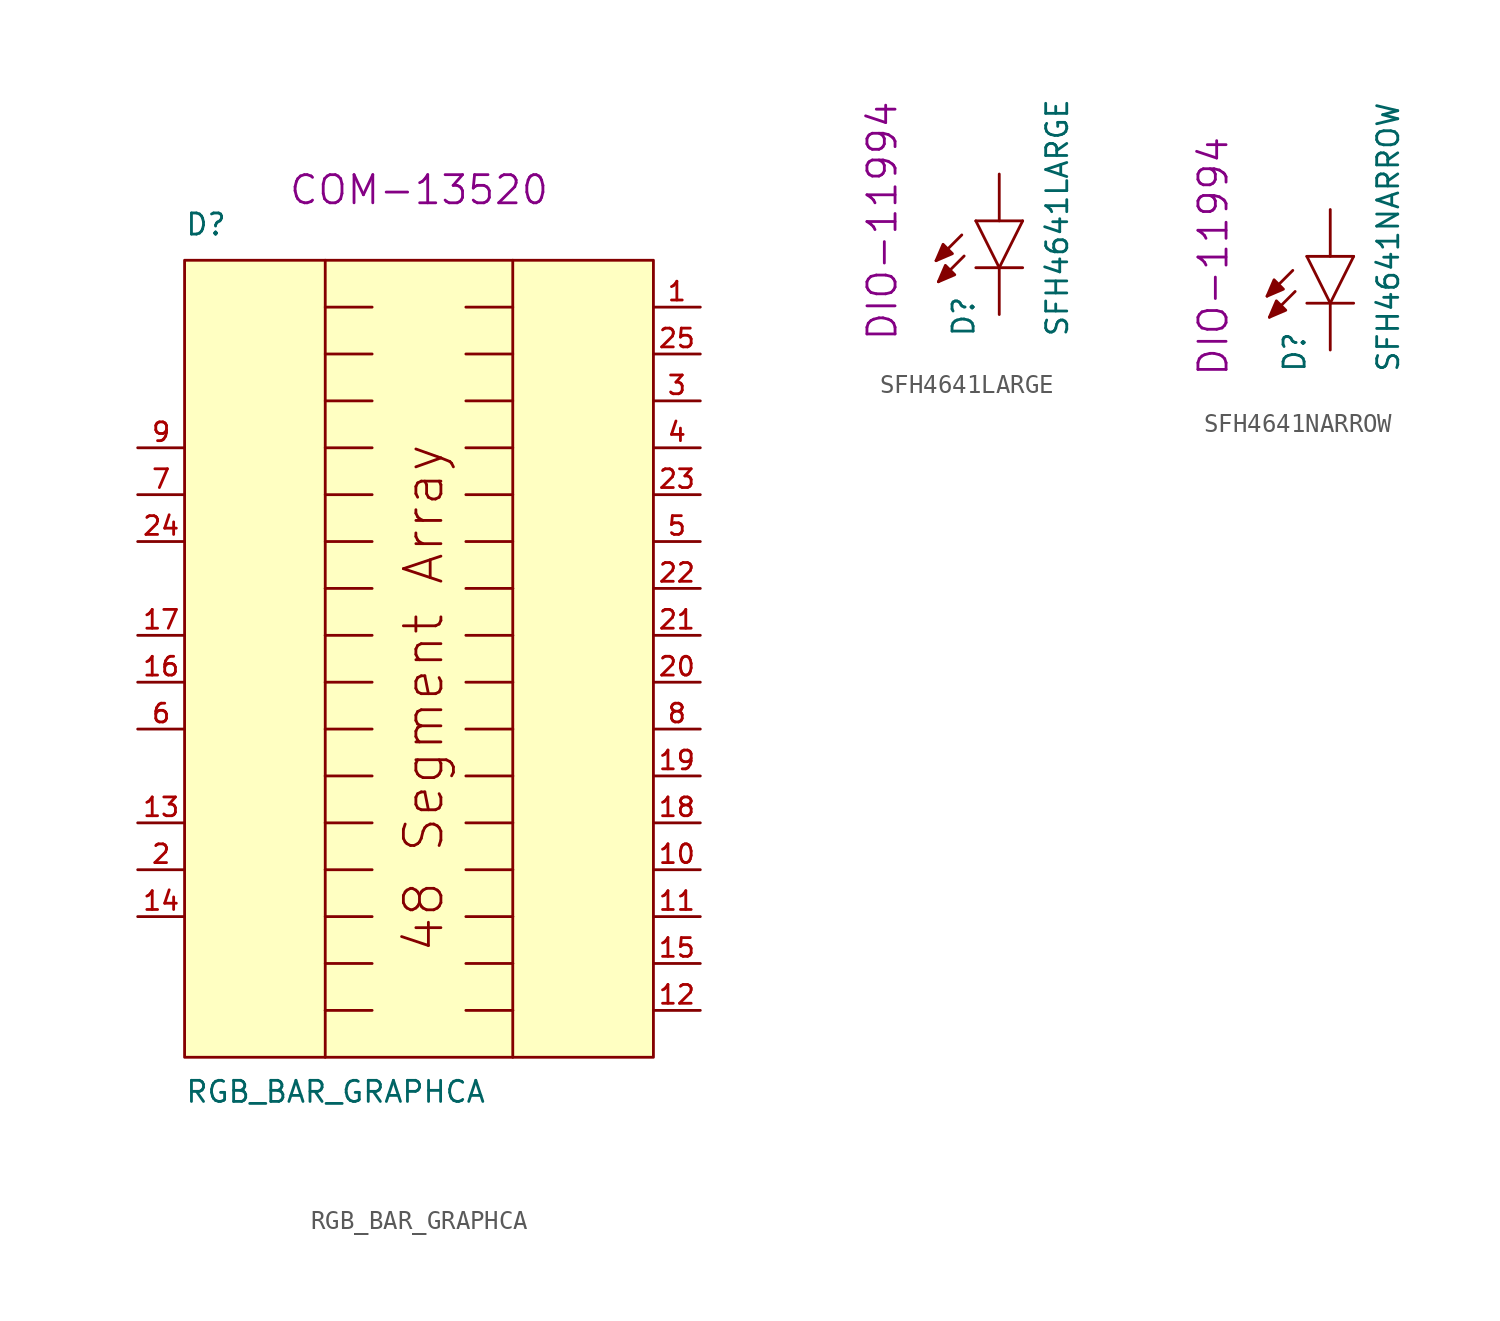
<source format=kicad_sym>
(kicad_symbol_lib
  (version 20211014)
  (generator kicad_symbol_editor)
  (symbol "RGB_BAR_GRAPHCA"
    (pin_names
      (offset 1.016) hide)
    (property "Reference" "D"
      (at -12.7 24.13 0)
      (effects (font (size 1.143 1.143)) (justify left bottom)))
    (property "Value" "RGB_BAR_GRAPHCA"
      (at -12.7 -22.86 0)
      (effects (font (size 1.143 1.143)) (justify left bottom)))
    (property "Field4" "COM-13520"
      (at 0 26.67 0)
      (effects (font (size 1.524 1.524))))
    (property "ki_locked" ""
      (at 0 0 0)
      (effects (font (size 1.27 1.27))))
    (symbol "RGB_BAR_GRAPHCA_1_0"
      (polyline (pts (xy -5.08 -20.32) (xy -5.08 -17.78)) (stroke (width 0) (type default) (color 0 0 0 0)) (fill (type none)))
      (polyline (pts (xy -5.08 -17.78) (xy -5.08 -10.16)) (stroke (width 0) (type default) (color 0 0 0 0)) (fill (type none)))
      (polyline (pts (xy -5.08 -17.78) (xy -2.54 -17.78)) (stroke (width 0) (type default) (color 0 0 0 0)) (fill (type none)))
      (polyline (pts (xy -5.08 -15.24) (xy -2.54 -15.24)) (stroke (width 0) (type default) (color 0 0 0 0)) (fill (type none)))
      (polyline (pts (xy -5.08 -12.7) (xy -2.54 -12.7)) (stroke (width 0) (type default) (color 0 0 0 0)) (fill (type none)))
      (polyline (pts (xy -5.08 -10.16) (xy -5.08 -7.62)) (stroke (width 0) (type default) (color 0 0 0 0)) (fill (type none)))
      (polyline (pts (xy -5.08 -10.16) (xy -2.54 -10.16)) (stroke (width 0) (type default) (color 0 0 0 0)) (fill (type none)))
      (polyline (pts (xy -5.08 -7.62) (xy -5.08 -5.08)) (stroke (width 0) (type default) (color 0 0 0 0)) (fill (type none)))
      (polyline (pts (xy -5.08 -7.62) (xy -2.54 -7.62)) (stroke (width 0) (type default) (color 0 0 0 0)) (fill (type none)))
      (polyline (pts (xy -5.08 -5.08) (xy -5.08 -2.54)) (stroke (width 0) (type default) (color 0 0 0 0)) (fill (type none)))
      (polyline (pts (xy -5.08 -2.54) (xy -5.08 0)) (stroke (width 0) (type default) (color 0 0 0 0)) (fill (type none)))
      (polyline (pts (xy -5.08 -2.54) (xy -2.54 -2.54)) (stroke (width 0) (type default) (color 0 0 0 0)) (fill (type none)))
      (polyline (pts (xy -5.08 0) (xy -5.08 2.54)) (stroke (width 0) (type default) (color 0 0 0 0)) (fill (type none)))
      (polyline (pts (xy -5.08 0) (xy -2.54 0)) (stroke (width 0) (type default) (color 0 0 0 0)) (fill (type none)))
      (polyline (pts (xy -5.08 2.54) (xy -5.08 5.08)) (stroke (width 0) (type default) (color 0 0 0 0)) (fill (type none)))
      (polyline (pts (xy -5.08 5.08) (xy -5.08 22.86)) (stroke (width 0) (type default) (color 0 0 0 0)) (fill (type none)))
      (polyline (pts (xy -5.08 5.08) (xy -2.54 5.08)) (stroke (width 0) (type default) (color 0 0 0 0)) (fill (type none)))
      (polyline (pts (xy -5.08 7.62) (xy -2.54 7.62)) (stroke (width 0) (type default) (color 0 0 0 0)) (fill (type none)))
      (polyline (pts (xy -5.08 12.7) (xy -2.54 12.7)) (stroke (width 0) (type default) (color 0 0 0 0)) (fill (type none)))
      (polyline (pts (xy -5.08 15.24) (xy -2.54 15.24)) (stroke (width 0) (type default) (color 0 0 0 0)) (fill (type none)))
      (polyline (pts (xy -5.08 20.32) (xy -2.54 20.32)) (stroke (width 0) (type default) (color 0 0 0 0)) (fill (type none)))
      (polyline (pts (xy -2.54 -5.08) (xy -5.08 -5.08)) (stroke (width 0) (type default) (color 0 0 0 0)) (fill (type none)))
      (polyline (pts (xy -2.54 2.54) (xy -5.08 2.54)) (stroke (width 0) (type default) (color 0 0 0 0)) (fill (type none)))
      (polyline (pts (xy -2.54 10.16) (xy -5.08 10.16)) (stroke (width 0) (type default) (color 0 0 0 0)) (fill (type none)))
      (polyline (pts (xy -2.54 17.78) (xy -5.08 17.78)) (stroke (width 0) (type default) (color 0 0 0 0)) (fill (type none)))
      (polyline (pts (xy 2.54 -17.78) (xy 5.08 -17.78)) (stroke (width 0) (type default) (color 0 0 0 0)) (fill (type none)))
      (polyline (pts (xy 2.54 -15.24) (xy 5.08 -15.24)) (stroke (width 0) (type default) (color 0 0 0 0)) (fill (type none)))
      (polyline (pts (xy 2.54 -12.7) (xy 5.08 -12.7)) (stroke (width 0) (type default) (color 0 0 0 0)) (fill (type none)))
      (polyline (pts (xy 2.54 -10.16) (xy 5.08 -10.16)) (stroke (width 0) (type default) (color 0 0 0 0)) (fill (type none)))
      (polyline (pts (xy 2.54 -7.62) (xy 5.08 -7.62)) (stroke (width 0) (type default) (color 0 0 0 0)) (fill (type none)))
      (polyline (pts (xy 2.54 -5.08) (xy 5.08 -5.08)) (stroke (width 0) (type default) (color 0 0 0 0)) (fill (type none)))
      (polyline (pts (xy 2.54 -2.54) (xy 5.08 -2.54)) (stroke (width 0) (type default) (color 0 0 0 0)) (fill (type none)))
      (polyline (pts (xy 2.54 0) (xy 5.08 0)) (stroke (width 0) (type default) (color 0 0 0 0)) (fill (type none)))
      (polyline (pts (xy 2.54 2.54) (xy 5.08 2.54)) (stroke (width 0) (type default) (color 0 0 0 0)) (fill (type none)))
      (polyline (pts (xy 2.54 5.08) (xy 5.08 5.08)) (stroke (width 0) (type default) (color 0 0 0 0)) (fill (type none)))
      (polyline (pts (xy 2.54 7.62) (xy 5.08 7.62)) (stroke (width 0) (type default) (color 0 0 0 0)) (fill (type none)))
      (polyline (pts (xy 2.54 10.16) (xy 5.08 10.16)) (stroke (width 0) (type default) (color 0 0 0 0)) (fill (type none)))
      (polyline (pts (xy 2.54 12.7) (xy 5.08 12.7)) (stroke (width 0) (type default) (color 0 0 0 0)) (fill (type none)))
      (polyline (pts (xy 2.54 15.24) (xy 5.08 15.24)) (stroke (width 0) (type default) (color 0 0 0 0)) (fill (type none)))
      (polyline (pts (xy 2.54 17.78) (xy 5.08 17.78)) (stroke (width 0) (type default) (color 0 0 0 0)) (fill (type none)))
      (polyline (pts (xy 2.54 20.32) (xy 5.08 20.32)) (stroke (width 0) (type default) (color 0 0 0 0)) (fill (type none)))
      (polyline (pts (xy 5.08 -17.78) (xy 5.08 -20.32)) (stroke (width 0) (type default) (color 0 0 0 0)) (fill (type none)))
      (polyline (pts (xy 5.08 -15.24) (xy 5.08 -17.78)) (stroke (width 0) (type default) (color 0 0 0 0)) (fill (type none)))
      (polyline (pts (xy 5.08 -12.7) (xy 5.08 -15.24)) (stroke (width 0) (type default) (color 0 0 0 0)) (fill (type none)))
      (polyline (pts (xy 5.08 -10.16) (xy 5.08 -12.7)) (stroke (width 0) (type default) (color 0 0 0 0)) (fill (type none)))
      (polyline (pts (xy 5.08 -7.62) (xy 5.08 -10.16)) (stroke (width 0) (type default) (color 0 0 0 0)) (fill (type none)))
      (polyline (pts (xy 5.08 -5.08) (xy 5.08 -7.62)) (stroke (width 0) (type default) (color 0 0 0 0)) (fill (type none)))
      (polyline (pts (xy 5.08 -2.54) (xy 5.08 -5.08)) (stroke (width 0) (type default) (color 0 0 0 0)) (fill (type none)))
      (polyline (pts (xy 5.08 0) (xy 5.08 -2.54)) (stroke (width 0) (type default) (color 0 0 0 0)) (fill (type none)))
      (polyline (pts (xy 5.08 2.54) (xy 5.08 0)) (stroke (width 0) (type default) (color 0 0 0 0)) (fill (type none)))
      (polyline (pts (xy 5.08 5.08) (xy 5.08 2.54)) (stroke (width 0) (type default) (color 0 0 0 0)) (fill (type none)))
      (polyline (pts (xy 5.08 22.86) (xy 5.08 5.08)) (stroke (width 0) (type default) (color 0 0 0 0)) (fill (type none)))
      (text "48 Segment Array" (at 0.254 -0.864 900) (effects (font (size 2.032 2.032)))))
    (symbol "RGB_BAR_GRAPHCA_1_1"
      (polyline (pts (xy -12.7 22.86) (xy -5.08 22.86) (xy 5.08 22.86) (xy 12.7 22.86) (xy 12.7 -20.32) (xy 5.08 -20.32) (xy -5.08 -20.32) (xy -12.7 -20.32) (xy -12.7 22.86)) (stroke (width 0) (type default) (color 0 0 0 0)) (fill (type background)))
      (pin bidirectional line (at 15.24 20.32 180) (length 2.54) (name "C1" (effects (font (size 1.016 1.016)))) (number "1" (effects (font (size 1.016 1.016)))))
      (pin bidirectional line (at 15.24 -10.16 180) (length 2.54) (name "C13" (effects (font (size 1.016 1.016)))) (number "10" (effects (font (size 1.016 1.016)))))
      (pin bidirectional line (at 15.24 -12.7 180) (length 2.54) (name "C14" (effects (font (size 1.016 1.016)))) (number "11" (effects (font (size 1.016 1.016)))))
      (pin bidirectional line (at 15.24 -17.78 180) (length 2.54) (name "C16" (effects (font (size 1.016 1.016)))) (number "12" (effects (font (size 1.016 1.016)))))
      (pin bidirectional line (at -15.24 -7.62 0) (length 2.54) (name "R3" (effects (font (size 1.016 1.016)))) (number "13" (effects (font (size 1.016 1.016)))))
      (pin bidirectional line (at -15.24 -12.7 0) (length 2.54) (name "B3" (effects (font (size 1.016 1.016)))) (number "14" (effects (font (size 1.016 1.016)))))
      (pin bidirectional line (at 15.24 -15.24 180) (length 2.54) (name "C15" (effects (font (size 1.016 1.016)))) (number "15" (effects (font (size 1.016 1.016)))))
      (pin bidirectional line (at -15.24 0 0) (length 2.54) (name "G2" (effects (font (size 1.016 1.016)))) (number "16" (effects (font (size 1.016 1.016)))))
      (pin bidirectional line (at -15.24 2.54 0) (length 2.54) (name "R2" (effects (font (size 1.016 1.016)))) (number "17" (effects (font (size 1.016 1.016)))))
      (pin bidirectional line (at 15.24 -7.62 180) (length 2.54) (name "C12" (effects (font (size 1.016 1.016)))) (number "18" (effects (font (size 1.016 1.016)))))
      (pin bidirectional line (at 15.24 -5.08 180) (length 2.54) (name "C11" (effects (font (size 1.016 1.016)))) (number "19" (effects (font (size 1.016 1.016)))))
      (pin bidirectional line (at -15.24 -10.16 0) (length 2.54) (name "G3" (effects (font (size 1.016 1.016)))) (number "2" (effects (font (size 1.016 1.016)))))
      (pin bidirectional line (at 15.24 0 180) (length 2.54) (name "C9" (effects (font (size 1.016 1.016)))) (number "20" (effects (font (size 1.016 1.016)))))
      (pin bidirectional line (at 15.24 2.54 180) (length 2.54) (name "C8" (effects (font (size 1.016 1.016)))) (number "21" (effects (font (size 1.016 1.016)))))
      (pin bidirectional line (at 15.24 5.08 180) (length 2.54) (name "C7" (effects (font (size 1.016 1.016)))) (number "22" (effects (font (size 1.016 1.016)))))
      (pin bidirectional line (at 15.24 10.16 180) (length 2.54) (name "C5" (effects (font (size 1.016 1.016)))) (number "23" (effects (font (size 1.016 1.016)))))
      (pin bidirectional line (at -15.24 7.62 0) (length 2.54) (name "B1" (effects (font (size 1.016 1.016)))) (number "24" (effects (font (size 1.016 1.016)))))
      (pin bidirectional line (at 15.24 17.78 180) (length 2.54) (name "C2" (effects (font (size 1.016 1.016)))) (number "25" (effects (font (size 1.016 1.016)))))
      (pin bidirectional line (at 15.24 15.24 180) (length 2.54) (name "C3" (effects (font (size 1.016 1.016)))) (number "3" (effects (font (size 1.016 1.016)))))
      (pin bidirectional line (at 15.24 12.7 180) (length 2.54) (name "C4" (effects (font (size 1.016 1.016)))) (number "4" (effects (font (size 1.016 1.016)))))
      (pin bidirectional line (at 15.24 7.62 180) (length 2.54) (name "C6" (effects (font (size 1.016 1.016)))) (number "5" (effects (font (size 1.016 1.016)))))
      (pin bidirectional line (at -15.24 -2.54 0) (length 2.54) (name "B2" (effects (font (size 1.016 1.016)))) (number "6" (effects (font (size 1.016 1.016)))))
      (pin bidirectional line (at -15.24 10.16 0) (length 2.54) (name "G1" (effects (font (size 1.016 1.016)))) (number "7" (effects (font (size 1.016 1.016)))))
      (pin bidirectional line (at 15.24 -2.54 180) (length 2.54) (name "C10" (effects (font (size 1.016 1.016)))) (number "8" (effects (font (size 1.016 1.016)))))
      (pin bidirectional line (at -15.24 12.7 0) (length 2.54) (name "R1" (effects (font (size 1.016 1.016)))) (number "9" (effects (font (size 1.016 1.016)))))))
  (symbol "SFH4641LARGE"
    (pin_numbers hide)
    (pin_names
      (offset 1.016) hide)
    (property "Reference" "D"
      (at -1.27 -6.35 90)
      (effects (font (size 1.143 1.143)) (justify left bottom)))
    (property "Value" "SFH4641LARGE"
      (at 3.81 -6.35 90)
      (effects (font (size 1.143 1.143)) (justify left bottom)))
    (property "Field4" "DIO-11994"
      (at -6.35 0 90)
      (effects (font (size 1.524 1.524))))
    (property "ki_locked" ""
      (at 0 0 0)
      (effects (font (size 1.27 1.27))))
    (symbol "SFH4641LARGE_1_0"
      (polyline (pts (xy -2.032 -0.762) (xy -3.429 -2.159)) (stroke (width 0) (type default) (color 0 0 0 0)) (fill (type none)))
      (polyline (pts (xy -1.905 -1.905) (xy -3.302 -3.302)) (stroke (width 0) (type default) (color 0 0 0 0)) (fill (type none)))
      (polyline (pts (xy 0 -2.54) (xy -1.27 -2.54)) (stroke (width 0) (type default) (color 0 0 0 0)) (fill (type none)))
      (polyline (pts (xy 0 -2.54) (xy -1.27 0)) (stroke (width 0) (type default) (color 0 0 0 0)) (fill (type none)))
      (polyline (pts (xy 1.27 -2.54) (xy 0 -2.54)) (stroke (width 0) (type default) (color 0 0 0 0)) (fill (type none)))
      (polyline (pts (xy 1.27 0) (xy -1.27 0)) (stroke (width 0) (type default) (color 0 0 0 0)) (fill (type none)))
      (polyline (pts (xy 1.27 0) (xy 0 -2.54)) (stroke (width 0) (type default) (color 0 0 0 0)) (fill (type none))))
    (symbol "SFH4641LARGE_1_1"
      (polyline (pts (xy -3.429 -2.159) (xy -3.048 -1.27) (xy -3.048 -1.27) (xy -2.54 -1.778) (xy -2.54 -1.778) (xy -3.429 -2.159)) (stroke (width 0) (type default) (color 0 0 0 0)) (fill (type outline)))
      (polyline (pts (xy -3.302 -3.302) (xy -2.921 -2.413) (xy -2.921 -2.413) (xy -2.413 -2.921) (xy -2.413 -2.921) (xy -3.302 -3.302)) (stroke (width 0) (type default) (color 0 0 0 0)) (fill (type outline)))
      (pin passive line (at 0 2.54 270) (length 2.54) (name "A" (effects (font (size 1.016 1.016)))) (number "A" (effects (font (size 1.016 1.016)))))
      (pin passive line (at 0 -5.08 90) (length 2.54) (name "C" (effects (font (size 1.016 1.016)))) (number "C" (effects (font (size 1.016 1.016)))))))
  (symbol "SFH4641NARROW"
    (pin_numbers hide)
    (pin_names
      (offset 1.016) hide)
    (property "Reference" "D"
      (at -1.27 -6.35 90)
      (effects (font (size 1.143 1.143)) (justify left bottom)))
    (property "Value" "SFH4641NARROW"
      (at 3.81 -6.35 90)
      (effects (font (size 1.143 1.143)) (justify left bottom)))
    (property "Field4" "DIO-11994"
      (at -6.35 0 90)
      (effects (font (size 1.524 1.524))))
    (property "ki_locked" ""
      (at 0 0 0)
      (effects (font (size 1.27 1.27))))
    (symbol "SFH4641NARROW_1_0"
      (polyline (pts (xy -2.032 -0.762) (xy -3.429 -2.159)) (stroke (width 0) (type default) (color 0 0 0 0)) (fill (type none)))
      (polyline (pts (xy -1.905 -1.905) (xy -3.302 -3.302)) (stroke (width 0) (type default) (color 0 0 0 0)) (fill (type none)))
      (polyline (pts (xy 0 -2.54) (xy -1.27 -2.54)) (stroke (width 0) (type default) (color 0 0 0 0)) (fill (type none)))
      (polyline (pts (xy 0 -2.54) (xy -1.27 0)) (stroke (width 0) (type default) (color 0 0 0 0)) (fill (type none)))
      (polyline (pts (xy 1.27 -2.54) (xy 0 -2.54)) (stroke (width 0) (type default) (color 0 0 0 0)) (fill (type none)))
      (polyline (pts (xy 1.27 0) (xy -1.27 0)) (stroke (width 0) (type default) (color 0 0 0 0)) (fill (type none)))
      (polyline (pts (xy 1.27 0) (xy 0 -2.54)) (stroke (width 0) (type default) (color 0 0 0 0)) (fill (type none))))
    (symbol "SFH4641NARROW_1_1"
      (polyline (pts (xy -3.429 -2.159) (xy -3.048 -1.27) (xy -3.048 -1.27) (xy -2.54 -1.778) (xy -2.54 -1.778) (xy -3.429 -2.159)) (stroke (width 0) (type default) (color 0 0 0 0)) (fill (type outline)))
      (polyline (pts (xy -3.302 -3.302) (xy -2.921 -2.413) (xy -2.921 -2.413) (xy -2.413 -2.921) (xy -2.413 -2.921) (xy -3.302 -3.302)) (stroke (width 0) (type default) (color 0 0 0 0)) (fill (type outline)))
      (pin passive line (at 0 2.54 270) (length 2.54) (name "A" (effects (font (size 1.016 1.016)))) (number "A" (effects (font (size 1.016 1.016)))))
      (pin passive line (at 0 -5.08 90) (length 2.54) (name "C" (effects (font (size 1.016 1.016)))) (number "C" (effects (font (size 1.016 1.016))))))))
</source>
